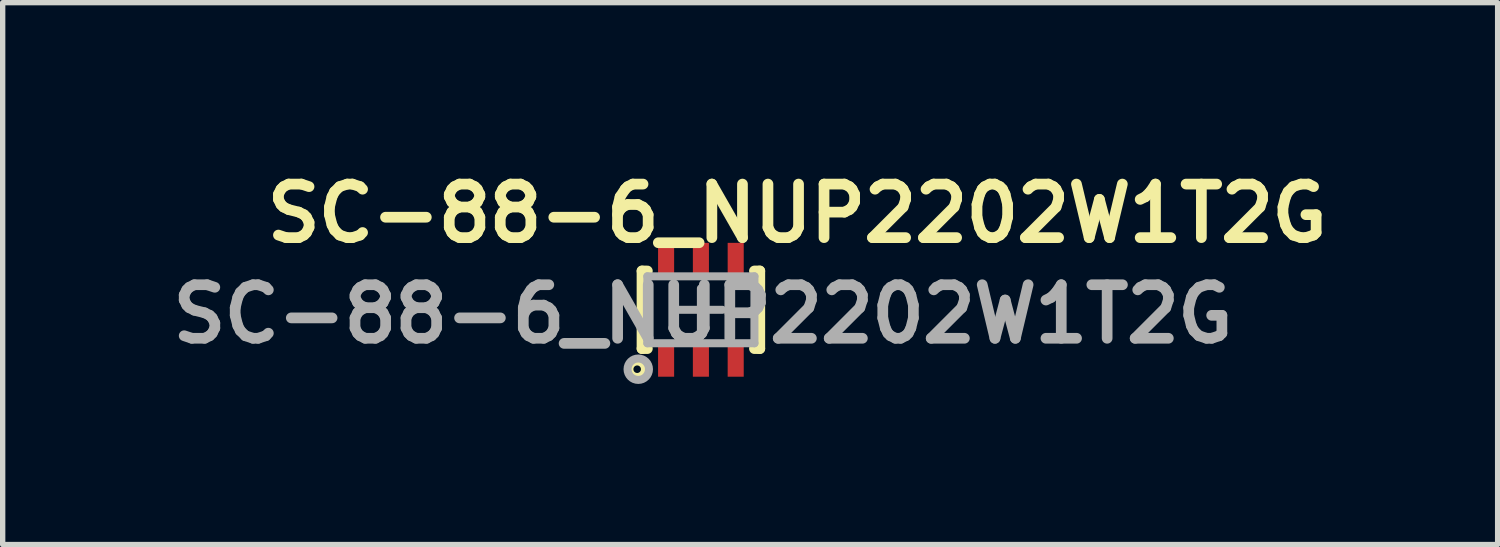
<source format=kicad_pcb>
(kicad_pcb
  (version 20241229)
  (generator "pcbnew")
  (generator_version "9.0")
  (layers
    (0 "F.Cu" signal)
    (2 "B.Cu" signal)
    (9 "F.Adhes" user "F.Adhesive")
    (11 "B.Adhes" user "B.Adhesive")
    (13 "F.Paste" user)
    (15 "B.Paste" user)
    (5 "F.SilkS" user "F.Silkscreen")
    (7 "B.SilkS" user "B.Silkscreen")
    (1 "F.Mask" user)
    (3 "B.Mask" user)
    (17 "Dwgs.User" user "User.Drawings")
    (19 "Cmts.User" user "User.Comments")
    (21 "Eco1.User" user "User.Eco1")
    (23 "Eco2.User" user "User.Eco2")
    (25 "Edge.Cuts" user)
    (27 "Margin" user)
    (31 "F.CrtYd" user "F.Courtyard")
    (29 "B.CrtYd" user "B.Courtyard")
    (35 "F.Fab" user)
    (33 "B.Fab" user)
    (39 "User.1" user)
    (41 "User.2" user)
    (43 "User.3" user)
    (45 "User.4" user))
  (footprint "SC-88-6_NUP2202W1T2G"
    (layer "F.Cu")
    (at 10.041 2.736)
    (property "Reference" "SC-88-6_NUP2202W1T2G" (at 1.8 -1.8 0) (layer "F.SilkS") (effects (font (size 1 1) (thickness 0.2))))
    (attr through_hole)
    (fp_line (start -1.1 -0.725) (end -1 -0.725) (stroke (width 0.2) (type solid)) (layer "F.SilkS"))
    (fp_line (start -1.1 0.725) (end -1.1 -0.725) (stroke (width 0.2) (type solid)) (layer "F.SilkS"))
    (fp_line (start -1.1 0.725) (end -1 0.725) (stroke (width 0.2) (type solid)) (layer "F.SilkS"))
    (fp_line (start 1.1 -0.725) (end 1 -0.725) (stroke (width 0.2) (type solid)) (layer "F.SilkS"))
    (fp_line (start 1.1 0.725) (end 1 0.725) (stroke (width 0.2) (type solid)) (layer "F.SilkS"))
    (fp_line (start 1.1 0.725) (end 1.1 -0.725) (stroke (width 0.2) (type solid)) (layer "F.SilkS"))
    (fp_circle (center -1.19 1.11) (end -1.083 1.21) (stroke (width 0.152) (type solid)) (fill no) (layer "F.SilkS"))
    (fp_line (start -1 -0.625) (end -1 0.625) (stroke (width 0.15) (type solid)) (layer "F.Fab"))
    (fp_line (start -1 -0.625) (end 1 -0.625) (stroke (width 0.15) (type solid)) (layer "F.Fab"))
    (fp_line (start -1 0.625) (end 1 0.625) (stroke (width 0.15) (type solid)) (layer "F.Fab"))
    (fp_line (start -0.4 0) (end 0.4 0) (stroke (width 0.15) (type solid)) (layer "F.Fab"))
    (fp_line (start 0 -0.4) (end 0 0.4) (stroke (width 0.15) (type solid)) (layer "F.Fab"))
    (fp_line (start 1 -0.625) (end 1 0.625) (stroke (width 0.15) (type solid)) (layer "F.Fab"))
    (fp_circle (center -1.17 1.11) (end -0.97 1.11) (stroke (width 0.15) (type solid)) (fill no) (layer "F.Fab"))
    (fp_text user "${REFERENCE}" (at 0.04 0.08 0) (layer "F.Fab") (effects (font (size 1 1) (thickness 0.2))))
    (pad "1" smd rect (at -0.65 0.92) (size 0.3 0.66) (layers "F.Cu" "F.Mask" "F.Paste"))
    (pad "2" smd rect (at 0 0.92) (size 0.3 0.66) (layers "F.Cu" "F.Mask" "F.Paste"))
    (pad "3" smd rect (at 0.65 0.92) (size 0.3 0.66) (layers "F.Cu" "F.Mask" "F.Paste"))
    (pad "4" smd rect (at 0.65 -0.92) (size 0.3 0.66) (layers "F.Cu" "F.Mask" "F.Paste"))
    (pad "5" smd rect (at 0 -0.92) (size 0.3 0.66) (layers "F.Cu" "F.Mask" "F.Paste"))
    (pad "6" smd rect (at -0.65 -0.92) (size 0.3 0.66) (layers "F.Cu" "F.Mask" "F.Paste")))
  (gr_rect
    (start -3 -3)
    (end 24.922 7.121)
    (stroke (width 0.1) (type default))
    (fill no)
    (layer "Edge.Cuts")))
</source>
